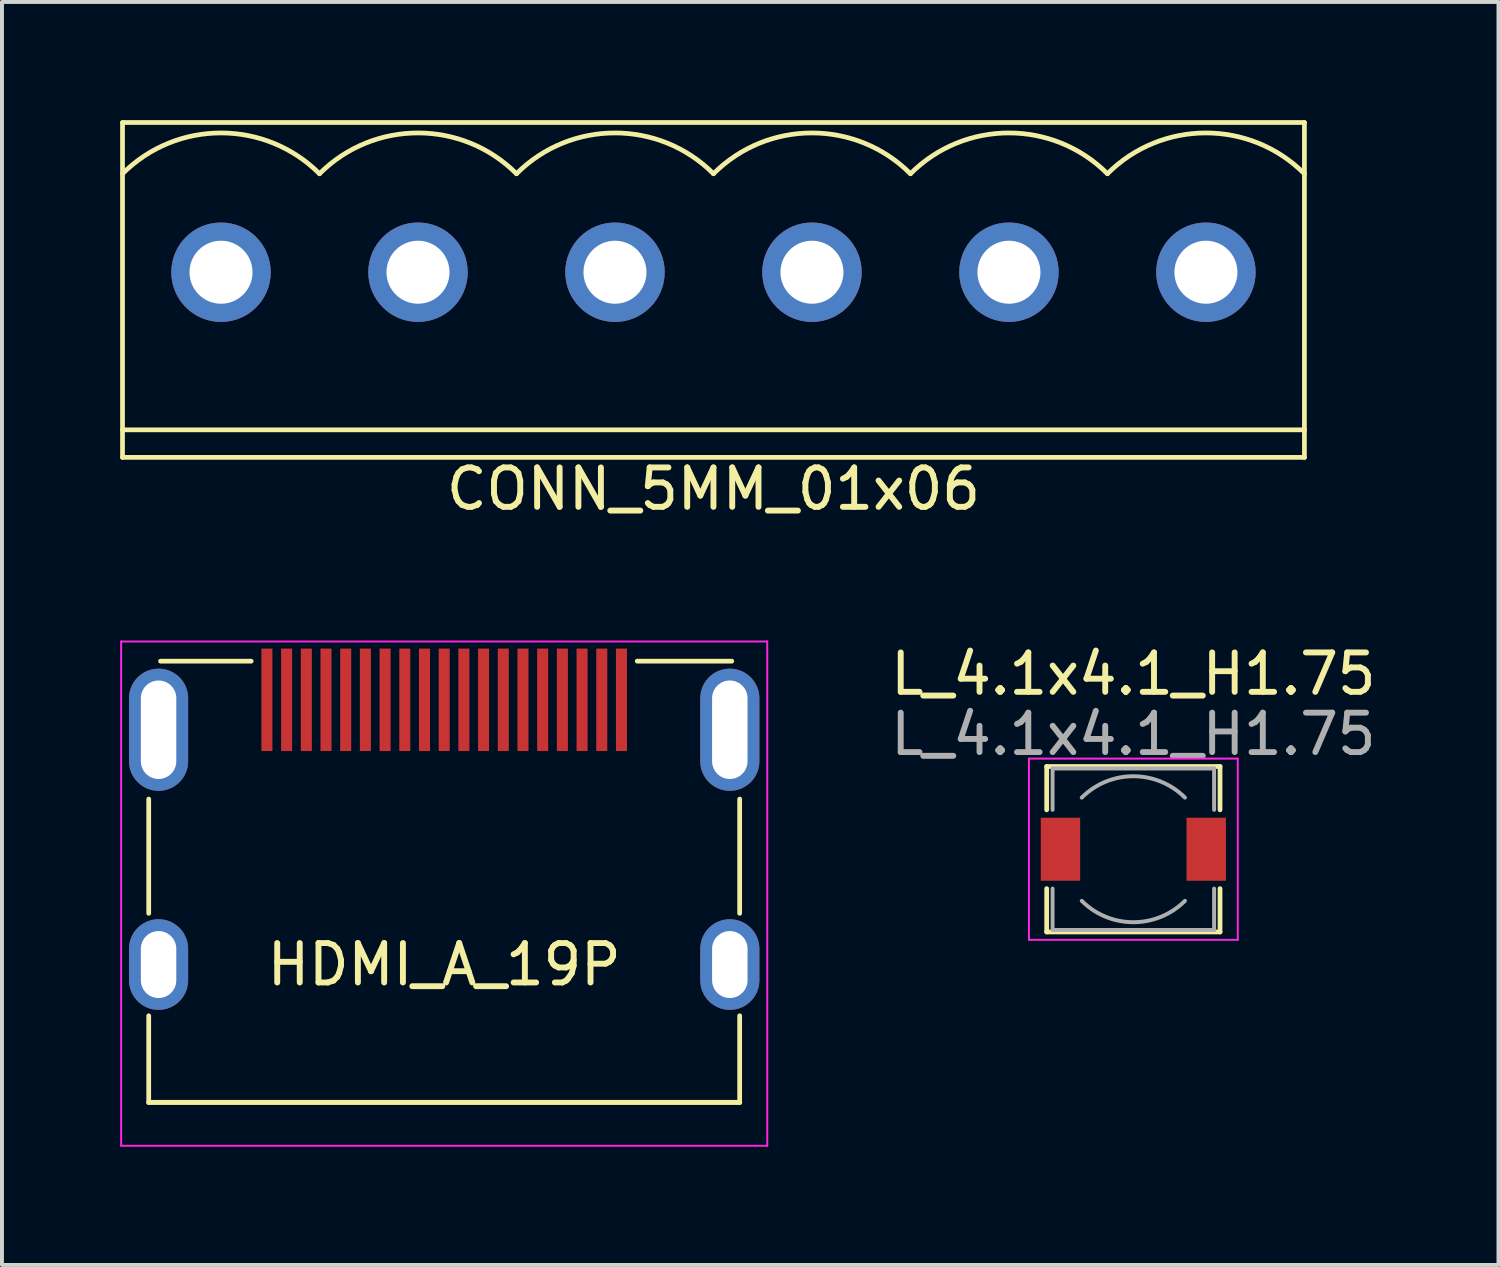
<source format=kicad_pcb>
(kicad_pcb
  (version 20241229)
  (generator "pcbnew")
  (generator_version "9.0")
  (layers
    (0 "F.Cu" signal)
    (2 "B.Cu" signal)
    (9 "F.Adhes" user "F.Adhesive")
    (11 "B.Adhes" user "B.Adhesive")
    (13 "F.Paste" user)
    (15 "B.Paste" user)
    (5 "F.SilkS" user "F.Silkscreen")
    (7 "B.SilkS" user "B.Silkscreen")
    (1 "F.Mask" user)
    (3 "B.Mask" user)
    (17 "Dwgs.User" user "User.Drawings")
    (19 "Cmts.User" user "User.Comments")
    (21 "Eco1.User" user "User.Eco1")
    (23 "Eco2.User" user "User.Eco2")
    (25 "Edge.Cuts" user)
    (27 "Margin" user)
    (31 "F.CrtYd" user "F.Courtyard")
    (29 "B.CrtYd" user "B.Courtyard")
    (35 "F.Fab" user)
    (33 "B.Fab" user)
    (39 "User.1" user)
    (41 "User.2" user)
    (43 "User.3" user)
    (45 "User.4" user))
  (footprint "L_4.1x4.1_H1.75"
    (layer "F.Cu")
    (at 25.718 18.506)
    (property "Reference" "L_4.1x4.1_H1.75" (at 0 -4.45 0) (layer "F.SilkS") (effects (font (size 1 1) (thickness 0.15))))
    (attr smd)
    (fp_line (start -2.2 -2.1) (end 2.2 -2.1) (stroke (width 0.12) (type solid)) (layer "F.SilkS"))
    (fp_line (start -2.2 -1) (end -2.2 -2.1) (stroke (width 0.12) (type solid)) (layer "F.SilkS"))
    (fp_line (start -2.2 2.1) (end -2.2 1) (stroke (width 0.12) (type solid)) (layer "F.SilkS"))
    (fp_line (start 2.2 -2.1) (end 2.2 -1) (stroke (width 0.12) (type solid)) (layer "F.SilkS"))
    (fp_line (start 2.2 1) (end 2.2 2.1) (stroke (width 0.12) (type solid)) (layer "F.SilkS"))
    (fp_line (start 2.2 2.1) (end -2.2 2.1) (stroke (width 0.12) (type solid)) (layer "F.SilkS"))
    (fp_line (start -2.65 -2.3) (end -2.65 2.3) (stroke (width 0.05) (type solid)) (layer "F.CrtYd"))
    (fp_line (start -2.65 2.3) (end 2.65 2.3) (stroke (width 0.05) (type solid)) (layer "F.CrtYd"))
    (fp_line (start 2.65 -2.3) (end -2.65 -2.3) (stroke (width 0.05) (type solid)) (layer "F.CrtYd"))
    (fp_line (start 2.65 2.3) (end 2.65 -2.3) (stroke (width 0.05) (type solid)) (layer "F.CrtYd"))
    (fp_line (start -2.05 -2.05) (end -2.05 -1) (stroke (width 0.1) (type solid)) (layer "F.Fab"))
    (fp_line (start -2.05 -2.05) (end 2.05 -2.05) (stroke (width 0.1) (type solid)) (layer "F.Fab"))
    (fp_line (start -2.05 2.05) (end -2.05 1) (stroke (width 0.1) (type solid)) (layer "F.Fab"))
    (fp_line (start -2.05 2.05) (end 2.05 2.05) (stroke (width 0.1) (type solid)) (layer "F.Fab"))
    (fp_line (start 2.05 -2.05) (end 2.05 -1) (stroke (width 0.1) (type solid)) (layer "F.Fab"))
    (fp_line (start 2.05 2.05) (end 2.05 1) (stroke (width 0.1) (type solid)) (layer "F.Fab"))
    (fp_arc (start -1.31 -1.31) (mid 0 -1.85262) (end 1.31 -1.31) (stroke (width 0.1) (type solid)) (layer "F.Fab"))
    (fp_arc (start 1.31 1.31) (mid 0 1.85262) (end -1.31 1.31) (stroke (width 0.1) (type solid)) (layer "F.Fab"))
    (fp_text user "${REFERENCE}" (at 0 -2.921 0) (layer "F.Fab") (effects (font (size 1 1) (thickness 0.15))))
    (pad "1" smd rect (at -1.85 0) (size 1 1.6) (layers "F.Cu" "F.Mask" "F.Paste"))
    (pad "2" smd rect (at 1.85 0) (size 1 1.6) (layers "F.Cu" "F.Mask" "F.Paste")))
  (footprint "HDMI_A_19P"
    (layer "F.Cu")
    (at 8.225 21.433)
    (property "Reference" "HDMI_A_19P" (at 0 0 0) (layer "F.SilkS") (effects (font (size 1 1) (thickness 0.15))))
    (attr through_hole)
    (fp_line (start -7.5 -1.3) (end -7.5 -4.2) (stroke (width 0.12) (type solid)) (layer "F.SilkS"))
    (fp_line (start -7.5 3.5) (end -7.5 1.3) (stroke (width 0.12) (type solid)) (layer "F.SilkS"))
    (fp_line (start -7.2 -7.7) (end -4.9 -7.7) (stroke (width 0.12) (type solid)) (layer "F.SilkS"))
    (fp_line (start 7.3 -7.7) (end 4.9 -7.7) (stroke (width 0.12) (type solid)) (layer "F.SilkS"))
    (fp_line (start 7.5 -1.3) (end 7.5 -4.2) (stroke (width 0.12) (type solid)) (layer "F.SilkS"))
    (fp_line (start 7.5 3.5) (end -7.5 3.5) (stroke (width 0.127) (type solid)) (layer "F.SilkS"))
    (fp_line (start 7.5 3.5) (end 7.5 1.3) (stroke (width 0.12) (type solid)) (layer "F.SilkS"))
    (fp_line (start -8.2 -8.2) (end 8.2 -8.2) (stroke (width 0.05) (type solid)) (layer "F.CrtYd"))
    (fp_line (start -8.2 4.6) (end -8.2 -8.2) (stroke (width 0.05) (type solid)) (layer "F.CrtYd"))
    (fp_line (start 8.2 -8.2) (end 8.2 4.6) (stroke (width 0.05) (type solid)) (layer "F.CrtYd"))
    (fp_line (start 8.2 4.6) (end -8.2 4.6) (stroke (width 0.05) (type solid)) (layer "F.CrtYd"))
    (pad "1" smd rect (at 4.5 -6.72) (size 0.28 2.6) (layers "F.Cu" "F.Mask" "F.Paste"))
    (pad "2" smd rect (at 4 -6.72) (size 0.28 2.6) (layers "F.Cu" "F.Mask" "F.Paste"))
    (pad "3" smd rect (at 3.5 -6.72) (size 0.28 2.6) (layers "F.Cu" "F.Mask" "F.Paste"))
    (pad "4" smd rect (at 3 -6.72) (size 0.28 2.6) (layers "F.Cu" "F.Mask" "F.Paste"))
    (pad "5" smd rect (at 2.5 -6.72) (size 0.28 2.6) (layers "F.Cu" "F.Mask" "F.Paste"))
    (pad "6" smd rect (at 2 -6.72) (size 0.28 2.6) (layers "F.Cu" "F.Mask" "F.Paste"))
    (pad "7" smd rect (at 1.5 -6.72) (size 0.28 2.6) (layers "F.Cu" "F.Mask" "F.Paste"))
    (pad "8" smd rect (at 1 -6.72) (size 0.28 2.6) (layers "F.Cu" "F.Mask" "F.Paste"))
    (pad "9" smd rect (at 0.5 -6.72) (size 0.28 2.6) (layers "F.Cu" "F.Mask" "F.Paste"))
    (pad "10" smd rect (at 0 -6.72) (size 0.28 2.6) (layers "F.Cu" "F.Mask" "F.Paste"))
    (pad "11" smd rect (at -0.5 -6.72) (size 0.28 2.6) (layers "F.Cu" "F.Mask" "F.Paste"))
    (pad "12" smd rect (at -1 -6.72) (size 0.28 2.6) (layers "F.Cu" "F.Mask" "F.Paste"))
    (pad "13" smd rect (at -1.5 -6.72) (size 0.28 2.6) (layers "F.Cu" "F.Mask" "F.Paste"))
    (pad "14" smd rect (at -2 -6.72) (size 0.28 2.6) (layers "F.Cu" "F.Mask" "F.Paste"))
    (pad "15" smd rect (at -2.5 -6.72) (size 0.28 2.6) (layers "F.Cu" "F.Mask" "F.Paste"))
    (pad "16" smd rect (at -3 -6.72) (size 0.28 2.6) (layers "F.Cu" "F.Mask" "F.Paste"))
    (pad "17" smd rect (at -3.5 -6.72) (size 0.28 2.6) (layers "F.Cu" "F.Mask" "F.Paste"))
    (pad "18" smd rect (at -4 -6.72) (size 0.28 2.6) (layers "F.Cu" "F.Mask" "F.Paste"))
    (pad "19" smd rect (at -4.5 -6.72) (size 0.28 2.6) (layers "F.Cu" "F.Mask" "F.Paste"))
    (pad "S1" thru_hole oval (at 7.25 -5.96) (size 1.5 3.1) (drill oval 0.9 2.5) (layers "*.Cu" "*.Mask"))
    (pad "S2" thru_hole oval (at -7.25 -5.96) (size 1.5 3.1) (drill oval 0.9 2.5) (layers "*.Cu" "*.Mask"))
    (pad "S3" thru_hole oval (at -7.25 0) (size 1.5 2.3) (drill oval 0.9 1.7) (layers "*.Cu" "*.Mask"))
    (pad "S4" thru_hole oval (at 7.25 0) (size 1.5 2.3) (drill oval 0.9 1.7) (layers "*.Cu" "*.Mask")))
  (footprint "CONN_5MM_01x06"
    (layer "F.Cu")
    (at 14.96 3.86)
    (property "Reference" "CONN_5MM_01x06" (at 0.1 5.5 180) (layer "F.SilkS") (effects (font (size 1 1) (thickness 0.15))))
    (attr through_hole)
    (fp_line (start -14.9 -3.8) (end 15.1 -3.8) (stroke (width 0.12) (type solid)) (layer "F.SilkS"))
    (fp_line (start -14.9 4.7) (end -14.9 -3.8) (stroke (width 0.12) (type solid)) (layer "F.SilkS"))
    (fp_line (start 15.1 -3.8) (end 15.1 4.7) (stroke (width 0.12) (type solid)) (layer "F.SilkS"))
    (fp_line (start 15.1 4) (end -14.9 4) (stroke (width 0.12) (type solid)) (layer "F.SilkS"))
    (fp_line (start 15.1 4.7) (end -14.9 4.7) (stroke (width 0.12) (type solid)) (layer "F.SilkS"))
    (fp_arc (start -14.899999 -2.499999) (mid -12.4 -3.535532) (end -9.900001 -2.499999) (stroke (width 0.12) (type solid)) (layer "F.SilkS"))
    (fp_arc (start -9.9 -2.499998) (mid -7.4 -3.535532) (end -4.9 -2.499998) (stroke (width 0.12) (type solid)) (layer "F.SilkS"))
    (fp_arc (start -4.899999 -2.499999) (mid -2.4 -3.535532) (end 0.099999 -2.499999) (stroke (width 0.12) (type solid)) (layer "F.SilkS"))
    (fp_arc (start 0.100001 -2.499999) (mid 2.6 -3.535532) (end 5.099999 -2.499999) (stroke (width 0.12) (type solid)) (layer "F.SilkS"))
    (fp_arc (start 5.1 -2.499998) (mid 7.599999 -3.535532) (end 10.099999 -2.499999) (stroke (width 0.12) (type solid)) (layer "F.SilkS"))
    (fp_arc (start 10.1 -2.499998) (mid 12.599999 -3.535532) (end 15.099999 -2.499999) (stroke (width 0.12) (type solid)) (layer "F.SilkS"))
    (pad "1" thru_hole circle (at -12.4 0 180) (size 2.524 2.524) (drill 1.6) (layers "*.Cu" "*.Mask"))
    (pad "2" thru_hole circle (at -7.4 0 180) (size 2.524 2.524) (drill 1.6) (layers "*.Cu" "*.Mask"))
    (pad "3" thru_hole circle (at -2.4 0 180) (size 2.524 2.524) (drill 1.6) (layers "*.Cu" "*.Mask"))
    (pad "4" thru_hole circle (at 2.6 0 180) (size 2.524 2.524) (drill 1.6) (layers "*.Cu" "*.Mask"))
    (pad "5" thru_hole circle (at 7.6 0 180) (size 2.524 2.524) (drill 1.6) (layers "*.Cu" "*.Mask"))
    (pad "6" thru_hole circle (at 12.6 0 180) (size 2.524 2.524) (drill 1.6) (layers "*.Cu" "*.Mask")))
  (gr_rect
    (start -3 -3)
    (end 34.986 29.058)
    (stroke (width 0.1) (type default))
    (fill no)
    (layer "Edge.Cuts")))
</source>
